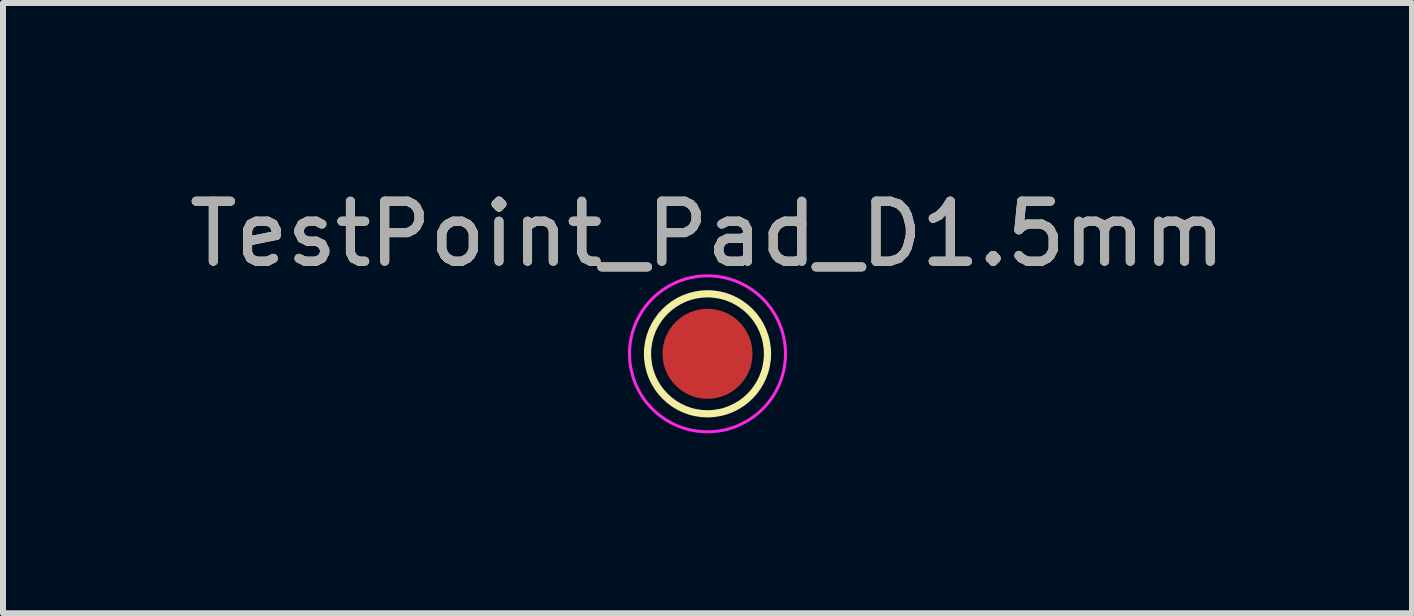
<source format=kicad_pcb>
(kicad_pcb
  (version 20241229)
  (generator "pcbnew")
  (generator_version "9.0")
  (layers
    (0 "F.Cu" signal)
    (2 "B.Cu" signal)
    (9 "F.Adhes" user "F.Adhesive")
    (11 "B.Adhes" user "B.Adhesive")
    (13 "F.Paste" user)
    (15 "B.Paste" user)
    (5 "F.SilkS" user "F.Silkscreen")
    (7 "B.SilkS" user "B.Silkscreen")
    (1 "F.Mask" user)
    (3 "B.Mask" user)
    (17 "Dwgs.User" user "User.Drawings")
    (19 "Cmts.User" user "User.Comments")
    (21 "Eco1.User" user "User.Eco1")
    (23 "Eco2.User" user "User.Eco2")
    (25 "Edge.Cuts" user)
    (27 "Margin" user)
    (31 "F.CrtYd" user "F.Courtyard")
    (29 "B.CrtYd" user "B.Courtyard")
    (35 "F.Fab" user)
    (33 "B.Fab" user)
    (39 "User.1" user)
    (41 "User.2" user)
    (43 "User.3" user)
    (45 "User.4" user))
  (footprint "TestPoint_Pad_D1.5mm"
    (placed yes)
    (layer "F.Cu")
    (at 8.744 2.848)
    (property "Reference" "TestPoint_Pad_D1.5mm" (at 0 -1.998 0) (layer "F.SilkS") (effects (font (size 1 1) (thickness 0.15))))
    (attr exclude_from_pos_files exclude_from_bom)
    (fp_circle (center 0 0) (end 0 1) (stroke (width 0.12) (type solid)) (fill no) (layer "F.SilkS"))
    (fp_circle (center 0 0) (end 1.3 0) (stroke (width 0.05) (type solid)) (fill no) (layer "F.CrtYd"))
    (fp_text user "${REFERENCE}" (at 0 -2 0) (layer "F.Fab") (effects (font (size 1 1) (thickness 0.15))))
    (pad "1" smd circle (at 0 0) (size 1.5 1.5) (layers "F.Cu" "F.Mask")))
  (gr_rect
    (start -3 -3)
    (end 20.488 7.173)
    (stroke (width 0.1) (type default))
    (fill no)
    (layer "Edge.Cuts")))
</source>
